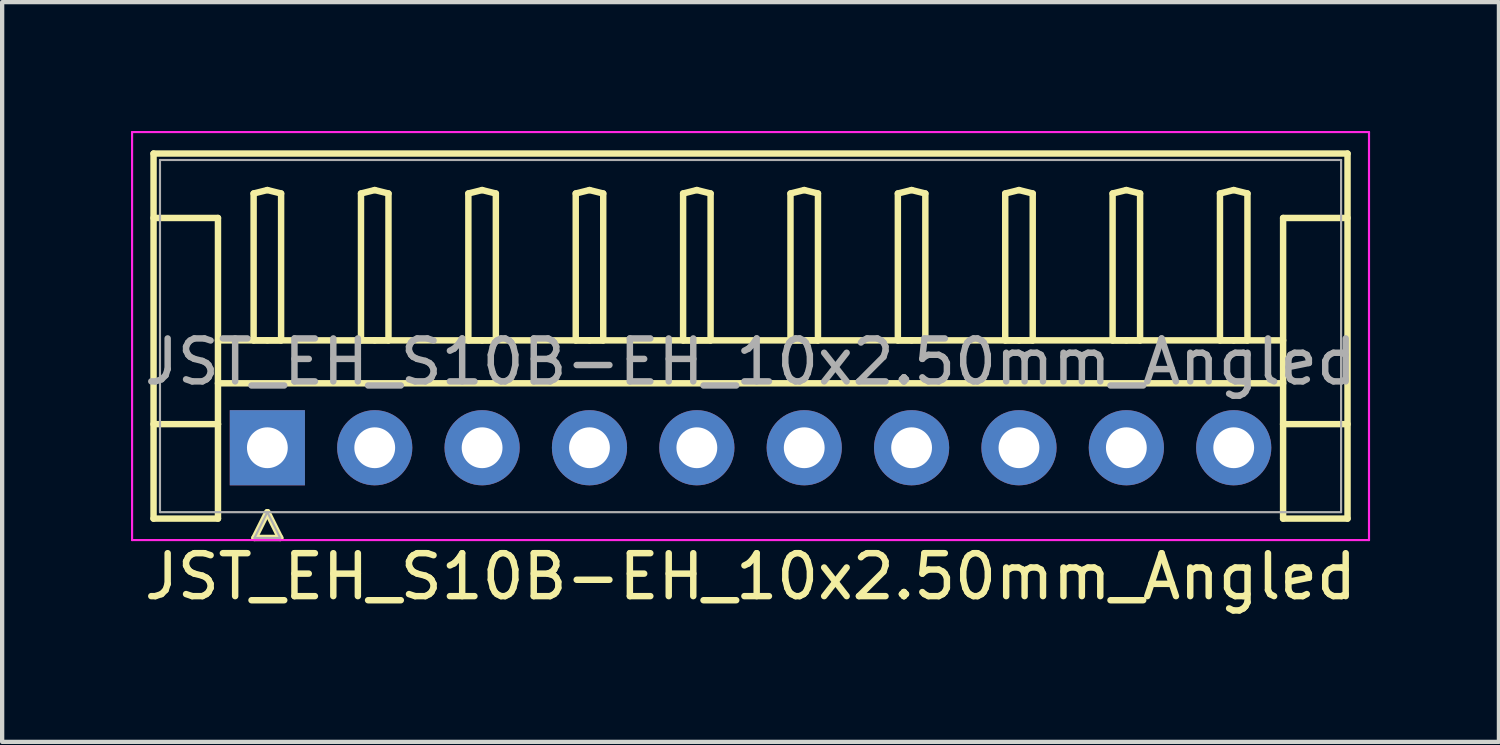
<source format=kicad_pcb>
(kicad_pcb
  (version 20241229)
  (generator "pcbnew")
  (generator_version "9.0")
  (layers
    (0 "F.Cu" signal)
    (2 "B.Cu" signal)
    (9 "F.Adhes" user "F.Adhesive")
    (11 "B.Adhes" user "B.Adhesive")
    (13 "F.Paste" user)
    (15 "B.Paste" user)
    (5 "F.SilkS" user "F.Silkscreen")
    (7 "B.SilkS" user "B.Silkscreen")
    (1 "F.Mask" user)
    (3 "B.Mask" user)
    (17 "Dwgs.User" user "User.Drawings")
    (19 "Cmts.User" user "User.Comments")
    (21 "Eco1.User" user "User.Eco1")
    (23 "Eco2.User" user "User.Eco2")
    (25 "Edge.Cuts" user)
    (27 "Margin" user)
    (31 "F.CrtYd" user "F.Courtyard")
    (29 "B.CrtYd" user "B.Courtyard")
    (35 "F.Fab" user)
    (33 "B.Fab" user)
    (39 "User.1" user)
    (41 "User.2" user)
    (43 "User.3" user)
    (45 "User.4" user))
  (footprint "JST_EH_S10B-EH_10x2.50mm_Angled"
    (layer "F.Cu")
    (at 3.175 7.375)
    (property "Reference" "JST_EH_S10B-EH_10x2.50mm_Angled" (at 11.25 -2 0) (layer "F.Fab") (effects (font (size 1 1) (thickness 0.15))))
    (attr through_hole)
    (fp_line (start -2.65 -6.85) (end 25.15 -6.85) (stroke (width 0.15) (type solid)) (layer "F.SilkS"))
    (fp_line (start -2.65 -5.35) (end -1.15 -5.35) (stroke (width 0.15) (type solid)) (layer "F.SilkS"))
    (fp_line (start -2.65 1.65) (end -2.65 -6.85) (stroke (width 0.15) (type solid)) (layer "F.SilkS"))
    (fp_line (start -1.15 -5.35) (end -1.15 -0.55) (stroke (width 0.15) (type solid)) (layer "F.SilkS"))
    (fp_line (start -1.15 -2.5) (end 23.65 -2.5) (stroke (width 0.15) (type solid)) (layer "F.SilkS"))
    (fp_line (start -1.15 -1.5) (end 23.65 -1.5) (stroke (width 0.15) (type solid)) (layer "F.SilkS"))
    (fp_line (start -1.15 -0.55) (end -2.65 -0.55) (stroke (width 0.15) (type solid)) (layer "F.SilkS"))
    (fp_line (start -1.15 -0.55) (end -1.15 1.65) (stroke (width 0.15) (type solid)) (layer "F.SilkS"))
    (fp_line (start -1.15 1.65) (end -2.65 1.65) (stroke (width 0.15) (type solid)) (layer "F.SilkS"))
    (fp_line (start -0.32 -5.92) (end 0 -6) (stroke (width 0.15) (type solid)) (layer "F.SilkS"))
    (fp_line (start -0.32 -2.5) (end -0.32 -5.92) (stroke (width 0.15) (type solid)) (layer "F.SilkS"))
    (fp_line (start -0.3 2.1) (end 0.3 2.1) (stroke (width 0.15) (type solid)) (layer "F.SilkS"))
    (fp_line (start 0 -6) (end 0.32 -5.92) (stroke (width 0.15) (type solid)) (layer "F.SilkS"))
    (fp_line (start 0 -2.5) (end -0.32 -2.5) (stroke (width 0.15) (type solid)) (layer "F.SilkS"))
    (fp_line (start 0 1.5) (end -0.3 2.1) (stroke (width 0.15) (type solid)) (layer "F.SilkS"))
    (fp_line (start 0.3 2.1) (end 0 1.5) (stroke (width 0.15) (type solid)) (layer "F.SilkS"))
    (fp_line (start 0.32 -5.92) (end 0.32 -2.5) (stroke (width 0.15) (type solid)) (layer "F.SilkS"))
    (fp_line (start 0.32 -2.5) (end 0 -2.5) (stroke (width 0.15) (type solid)) (layer "F.SilkS"))
    (fp_line (start 2.18 -5.92) (end 2.5 -6) (stroke (width 0.15) (type solid)) (layer "F.SilkS"))
    (fp_line (start 2.18 -2.5) (end 2.18 -5.92) (stroke (width 0.15) (type solid)) (layer "F.SilkS"))
    (fp_line (start 2.5 -6) (end 2.82 -5.92) (stroke (width 0.15) (type solid)) (layer "F.SilkS"))
    (fp_line (start 2.5 -2.5) (end 2.18 -2.5) (stroke (width 0.15) (type solid)) (layer "F.SilkS"))
    (fp_line (start 2.82 -5.92) (end 2.82 -2.5) (stroke (width 0.15) (type solid)) (layer "F.SilkS"))
    (fp_line (start 2.82 -2.5) (end 2.5 -2.5) (stroke (width 0.15) (type solid)) (layer "F.SilkS"))
    (fp_line (start 4.68 -5.92) (end 5 -6) (stroke (width 0.15) (type solid)) (layer "F.SilkS"))
    (fp_line (start 4.68 -2.5) (end 4.68 -5.92) (stroke (width 0.15) (type solid)) (layer "F.SilkS"))
    (fp_line (start 5 -6) (end 5.32 -5.92) (stroke (width 0.15) (type solid)) (layer "F.SilkS"))
    (fp_line (start 5 -2.5) (end 4.68 -2.5) (stroke (width 0.15) (type solid)) (layer "F.SilkS"))
    (fp_line (start 5.32 -5.92) (end 5.32 -2.5) (stroke (width 0.15) (type solid)) (layer "F.SilkS"))
    (fp_line (start 5.32 -2.5) (end 5 -2.5) (stroke (width 0.15) (type solid)) (layer "F.SilkS"))
    (fp_line (start 7.18 -5.92) (end 7.5 -6) (stroke (width 0.15) (type solid)) (layer "F.SilkS"))
    (fp_line (start 7.18 -2.5) (end 7.18 -5.92) (stroke (width 0.15) (type solid)) (layer "F.SilkS"))
    (fp_line (start 7.5 -6) (end 7.82 -5.92) (stroke (width 0.15) (type solid)) (layer "F.SilkS"))
    (fp_line (start 7.5 -2.5) (end 7.18 -2.5) (stroke (width 0.15) (type solid)) (layer "F.SilkS"))
    (fp_line (start 7.82 -5.92) (end 7.82 -2.5) (stroke (width 0.15) (type solid)) (layer "F.SilkS"))
    (fp_line (start 7.82 -2.5) (end 7.5 -2.5) (stroke (width 0.15) (type solid)) (layer "F.SilkS"))
    (fp_line (start 9.68 -5.92) (end 10 -6) (stroke (width 0.15) (type solid)) (layer "F.SilkS"))
    (fp_line (start 9.68 -2.5) (end 9.68 -5.92) (stroke (width 0.15) (type solid)) (layer "F.SilkS"))
    (fp_line (start 10 -6) (end 10.32 -5.92) (stroke (width 0.15) (type solid)) (layer "F.SilkS"))
    (fp_line (start 10 -2.5) (end 9.68 -2.5) (stroke (width 0.15) (type solid)) (layer "F.SilkS"))
    (fp_line (start 10.32 -5.92) (end 10.32 -2.5) (stroke (width 0.15) (type solid)) (layer "F.SilkS"))
    (fp_line (start 10.32 -2.5) (end 10 -2.5) (stroke (width 0.15) (type solid)) (layer "F.SilkS"))
    (fp_line (start 12.18 -5.92) (end 12.5 -6) (stroke (width 0.15) (type solid)) (layer "F.SilkS"))
    (fp_line (start 12.18 -2.5) (end 12.18 -5.92) (stroke (width 0.15) (type solid)) (layer "F.SilkS"))
    (fp_line (start 12.5 -6) (end 12.82 -5.92) (stroke (width 0.15) (type solid)) (layer "F.SilkS"))
    (fp_line (start 12.5 -2.5) (end 12.18 -2.5) (stroke (width 0.15) (type solid)) (layer "F.SilkS"))
    (fp_line (start 12.82 -5.92) (end 12.82 -2.5) (stroke (width 0.15) (type solid)) (layer "F.SilkS"))
    (fp_line (start 12.82 -2.5) (end 12.5 -2.5) (stroke (width 0.15) (type solid)) (layer "F.SilkS"))
    (fp_line (start 14.68 -5.92) (end 15 -6) (stroke (width 0.15) (type solid)) (layer "F.SilkS"))
    (fp_line (start 14.68 -2.5) (end 14.68 -5.92) (stroke (width 0.15) (type solid)) (layer "F.SilkS"))
    (fp_line (start 15 -6) (end 15.32 -5.92) (stroke (width 0.15) (type solid)) (layer "F.SilkS"))
    (fp_line (start 15 -2.5) (end 14.68 -2.5) (stroke (width 0.15) (type solid)) (layer "F.SilkS"))
    (fp_line (start 15.32 -5.92) (end 15.32 -2.5) (stroke (width 0.15) (type solid)) (layer "F.SilkS"))
    (fp_line (start 15.32 -2.5) (end 15 -2.5) (stroke (width 0.15) (type solid)) (layer "F.SilkS"))
    (fp_line (start 17.18 -5.92) (end 17.5 -6) (stroke (width 0.15) (type solid)) (layer "F.SilkS"))
    (fp_line (start 17.18 -2.5) (end 17.18 -5.92) (stroke (width 0.15) (type solid)) (layer "F.SilkS"))
    (fp_line (start 17.5 -6) (end 17.82 -5.92) (stroke (width 0.15) (type solid)) (layer "F.SilkS"))
    (fp_line (start 17.5 -2.5) (end 17.18 -2.5) (stroke (width 0.15) (type solid)) (layer "F.SilkS"))
    (fp_line (start 17.82 -5.92) (end 17.82 -2.5) (stroke (width 0.15) (type solid)) (layer "F.SilkS"))
    (fp_line (start 17.82 -2.5) (end 17.5 -2.5) (stroke (width 0.15) (type solid)) (layer "F.SilkS"))
    (fp_line (start 19.68 -5.92) (end 20 -6) (stroke (width 0.15) (type solid)) (layer "F.SilkS"))
    (fp_line (start 19.68 -2.5) (end 19.68 -5.92) (stroke (width 0.15) (type solid)) (layer "F.SilkS"))
    (fp_line (start 20 -6) (end 20.32 -5.92) (stroke (width 0.15) (type solid)) (layer "F.SilkS"))
    (fp_line (start 20 -2.5) (end 19.68 -2.5) (stroke (width 0.15) (type solid)) (layer "F.SilkS"))
    (fp_line (start 20.32 -5.92) (end 20.32 -2.5) (stroke (width 0.15) (type solid)) (layer "F.SilkS"))
    (fp_line (start 20.32 -2.5) (end 20 -2.5) (stroke (width 0.15) (type solid)) (layer "F.SilkS"))
    (fp_line (start 22.18 -5.92) (end 22.5 -6) (stroke (width 0.15) (type solid)) (layer "F.SilkS"))
    (fp_line (start 22.18 -2.5) (end 22.18 -5.92) (stroke (width 0.15) (type solid)) (layer "F.SilkS"))
    (fp_line (start 22.5 -6) (end 22.82 -5.92) (stroke (width 0.15) (type solid)) (layer "F.SilkS"))
    (fp_line (start 22.5 -2.5) (end 22.18 -2.5) (stroke (width 0.15) (type solid)) (layer "F.SilkS"))
    (fp_line (start 22.82 -5.92) (end 22.82 -2.5) (stroke (width 0.15) (type solid)) (layer "F.SilkS"))
    (fp_line (start 22.82 -2.5) (end 22.5 -2.5) (stroke (width 0.15) (type solid)) (layer "F.SilkS"))
    (fp_line (start 23.65 -5.35) (end 23.65 -0.55) (stroke (width 0.15) (type solid)) (layer "F.SilkS"))
    (fp_line (start 23.65 -0.55) (end 25.15 -0.55) (stroke (width 0.15) (type solid)) (layer "F.SilkS"))
    (fp_line (start 23.65 1.65) (end 23.65 -0.55) (stroke (width 0.15) (type solid)) (layer "F.SilkS"))
    (fp_line (start 25.15 -6.85) (end 25.15 1.65) (stroke (width 0.15) (type solid)) (layer "F.SilkS"))
    (fp_line (start 25.15 -5.35) (end 23.65 -5.35) (stroke (width 0.15) (type solid)) (layer "F.SilkS"))
    (fp_line (start 25.15 1.65) (end 23.65 1.65) (stroke (width 0.15) (type solid)) (layer "F.SilkS"))
    (fp_line (start -3.15 -7.35) (end -3.15 2.15) (stroke (width 0.05) (type solid)) (layer "F.CrtYd"))
    (fp_line (start -3.15 2.15) (end 25.65 2.15) (stroke (width 0.05) (type solid)) (layer "F.CrtYd"))
    (fp_line (start 25.65 -7.35) (end -3.15 -7.35) (stroke (width 0.05) (type solid)) (layer "F.CrtYd"))
    (fp_line (start 25.65 2.15) (end 25.65 -7.35) (stroke (width 0.05) (type solid)) (layer "F.CrtYd"))
    (fp_line (start -2.5 -6.7) (end -2.5 1.5) (stroke (width 0.05) (type solid)) (layer "F.Fab"))
    (fp_line (start -2.5 1.5) (end 25 1.5) (stroke (width 0.05) (type solid)) (layer "F.Fab"))
    (fp_line (start -0.3 2.1) (end 0.3 2.1) (stroke (width 0.05) (type solid)) (layer "F.Fab"))
    (fp_line (start 0 1.5) (end -0.3 2.1) (stroke (width 0.05) (type solid)) (layer "F.Fab"))
    (fp_line (start 0.3 2.1) (end 0 1.5) (stroke (width 0.05) (type solid)) (layer "F.Fab"))
    (fp_line (start 25 -6.7) (end -2.5 -6.7) (stroke (width 0.05) (type solid)) (layer "F.Fab"))
    (fp_line (start 25 1.5) (end 25 -6.7) (stroke (width 0.05) (type solid)) (layer "F.Fab"))
    (fp_text user "${REFERENCE}" (at 11.25 3 0) (layer "F.SilkS") (effects (font (size 1 1) (thickness 0.15))))
    (pad "1" thru_hole rect (at 0 0) (size 1.75 1.75) (drill 0.95) (layers "*.Cu" "*.Mask"))
    (pad "2" thru_hole circle (at 2.5 0) (size 1.75 1.75) (drill 0.95) (layers "*.Cu" "*.Mask"))
    (pad "3" thru_hole circle (at 5 0) (size 1.75 1.75) (drill 0.95) (layers "*.Cu" "*.Mask"))
    (pad "4" thru_hole circle (at 7.5 0) (size 1.75 1.75) (drill 0.95) (layers "*.Cu" "*.Mask"))
    (pad "5" thru_hole circle (at 10 0) (size 1.75 1.75) (drill 0.95) (layers "*.Cu" "*.Mask"))
    (pad "6" thru_hole circle (at 12.5 0) (size 1.75 1.75) (drill 0.95) (layers "*.Cu" "*.Mask"))
    (pad "7" thru_hole circle (at 15 0) (size 1.75 1.75) (drill 0.95) (layers "*.Cu" "*.Mask"))
    (pad "8" thru_hole circle (at 17.5 0) (size 1.75 1.75) (drill 0.95) (layers "*.Cu" "*.Mask"))
    (pad "9" thru_hole circle (at 20 0) (size 1.75 1.75) (drill 0.95) (layers "*.Cu" "*.Mask"))
    (pad "10" thru_hole circle (at 22.5 0) (size 1.75 1.75) (drill 0.95) (layers "*.Cu" "*.Mask")))
  (gr_rect
    (start -3 -3)
    (end 31.85 14.223)
    (stroke (width 0.1) (type default))
    (fill no)
    (layer "Edge.Cuts")))
</source>
